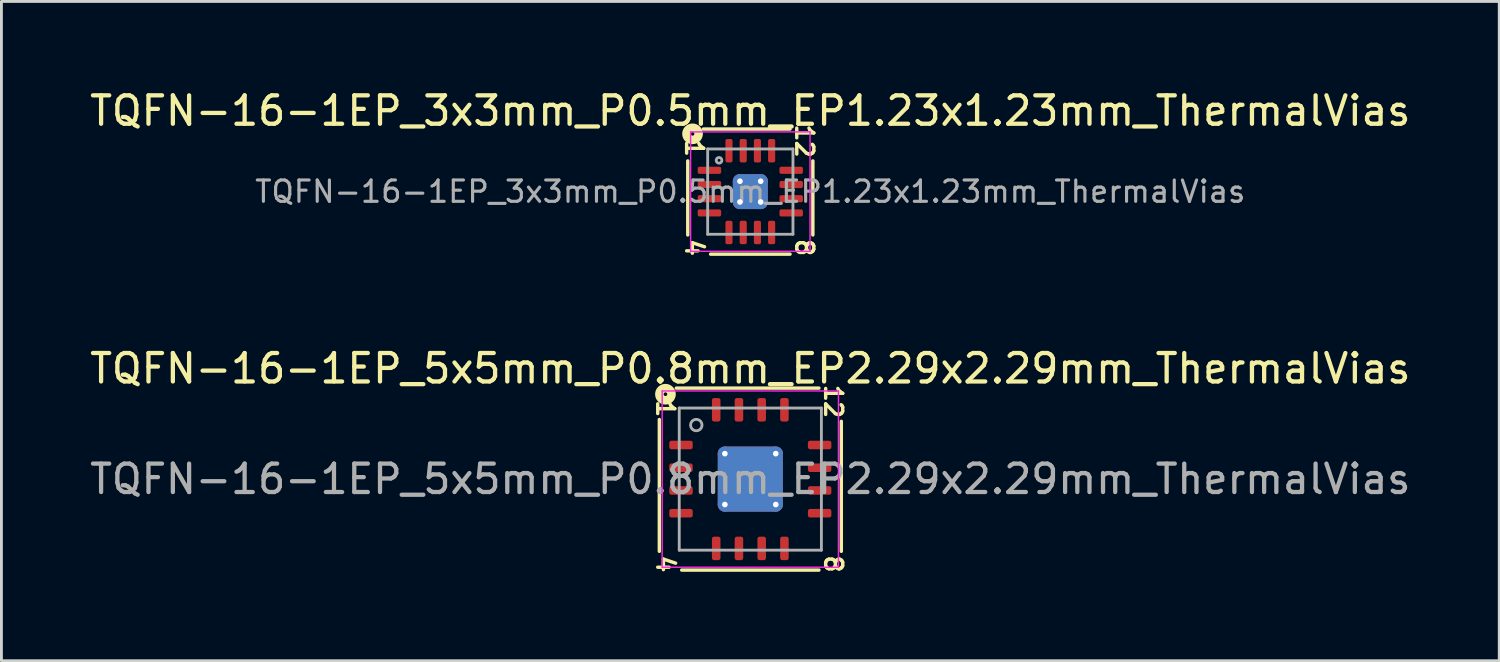
<source format=kicad_pcb>
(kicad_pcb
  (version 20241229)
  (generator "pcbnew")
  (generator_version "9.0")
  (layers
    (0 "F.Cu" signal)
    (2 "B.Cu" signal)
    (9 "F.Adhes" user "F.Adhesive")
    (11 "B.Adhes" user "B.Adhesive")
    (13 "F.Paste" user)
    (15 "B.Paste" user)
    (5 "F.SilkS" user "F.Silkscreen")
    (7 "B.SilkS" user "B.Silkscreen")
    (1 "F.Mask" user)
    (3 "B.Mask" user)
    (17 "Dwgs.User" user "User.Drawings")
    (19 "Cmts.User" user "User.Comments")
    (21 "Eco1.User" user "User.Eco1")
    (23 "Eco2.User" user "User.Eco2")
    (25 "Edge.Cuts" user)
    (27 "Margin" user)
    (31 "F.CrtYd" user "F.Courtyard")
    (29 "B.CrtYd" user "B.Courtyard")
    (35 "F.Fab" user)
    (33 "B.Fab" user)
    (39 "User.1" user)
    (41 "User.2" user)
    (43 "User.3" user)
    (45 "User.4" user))
  (footprint "TQFN-16-1EP_3x3mm_P0.5mm_EP1.23x1.23mm_ThermalVias"
    (layer "F.Cu")
    (at 23.339 3.689)
    (property "Reference" "TQFN-16-1EP_3x3mm_P0.5mm_EP1.23x1.23mm_ThermalVias" (at 0 -2.841 0) (layer "F.SilkS") (effects (font (size 1 1) (thickness 0.15))))
    (attr smd)
    (fp_line (start -2.2 -1.079) (end -2.2 1.524) (stroke (width 0.12) (type solid)) (layer "F.SilkS"))
    (fp_line (start -1.397 2.2) (end 1.397 2.2) (stroke (width 0.12) (type solid)) (layer "F.SilkS"))
    (fp_line (start 1.397 -2.2) (end -1.651 -2.2) (stroke (width 0.12) (type solid)) (layer "F.SilkS"))
    (fp_line (start 2.2 1.524) (end 2.2 -1.079) (stroke (width 0.12) (type solid)) (layer "F.SilkS"))
    (fp_circle (center -2.032 -2.032) (end -1.968 -2.032) (stroke (width 0.3) (type solid)) (fill no) (layer "F.SilkS"))
    (fp_line (start -2.1 -2.1) (end -2.1 2.1) (stroke (width 0.05) (type solid)) (layer "F.CrtYd"))
    (fp_line (start -2.1 2.1) (end 2.1 2.1) (stroke (width 0.05) (type solid)) (layer "F.CrtYd"))
    (fp_line (start 2.1 -2.1) (end -2.1 -2.1) (stroke (width 0.05) (type solid)) (layer "F.CrtYd"))
    (fp_line (start 2.1 2.1) (end 2.1 -2.1) (stroke (width 0.05) (type solid)) (layer "F.CrtYd"))
    (fp_line (start -1.5 -1.5) (end 1.5 -1.5) (stroke (width 0.1) (type solid)) (layer "F.Fab"))
    (fp_line (start -1.5 1.5) (end -1.5 -1.5) (stroke (width 0.1) (type solid)) (layer "F.Fab"))
    (fp_line (start 1.5 -1.5) (end 1.5 1.5) (stroke (width 0.1) (type solid)) (layer "F.Fab"))
    (fp_line (start 1.5 1.5) (end -1.5 1.5) (stroke (width 0.1) (type solid)) (layer "F.Fab"))
    (fp_circle (center -1.1 -1.1) (end -1 -1.1) (stroke (width 0.1) (type solid)) (fill no) (layer "F.Fab"))
    (fp_text user "4" (at -1.968 1.968 270) (unlocked yes) (layer "F.SilkS") (effects (font (size 0.6 0.6) (thickness 0.12))))
    (fp_text user "1" (at -1.968 -1.524 270) (unlocked yes) (layer "F.SilkS") (effects (font (size 0.6 0.6) (thickness 0.12))))
    (fp_text user "12" (at 1.905 -1.778 270) (unlocked yes) (layer "F.SilkS") (effects (font (size 0.6 0.6) (thickness 0.12))))
    (fp_text user "8" (at 1.905 1.968 270) (unlocked yes) (layer "F.SilkS") (effects (font (size 0.6 0.6) (thickness 0.12))))
    (fp_text user "${REFERENCE}" (at 0 0 0) (layer "F.Fab") (effects (font (size 0.75 0.75) (thickness 0.11))))
    (pad "" smd roundrect (at -0.31 -0.31) (size 0.53 0.53) (layers "F.Paste") (roundrect_rratio 0.25))
    (pad "" smd roundrect (at -0.31 0.31) (size 0.53 0.53) (layers "F.Paste") (roundrect_rratio 0.25))
    (pad "" smd roundrect (at 0.31 -0.31) (size 0.53 0.53) (layers "F.Paste") (roundrect_rratio 0.25))
    (pad "" smd roundrect (at 0.31 0.31) (size 0.53 0.53) (layers "F.Paste") (roundrect_rratio 0.25))
    (pad "1" smd roundrect (at -1.438 -0.75) (size 0.825 0.25) (layers "F.Cu" "F.Mask" "F.Paste") (roundrect_rratio 0.25))
    (pad "2" smd roundrect (at -1.438 -0.25) (size 0.825 0.25) (layers "F.Cu" "F.Mask" "F.Paste") (roundrect_rratio 0.25))
    (pad "3" smd roundrect (at -1.438 0.25) (size 0.825 0.25) (layers "F.Cu" "F.Mask" "F.Paste") (roundrect_rratio 0.25))
    (pad "4" smd roundrect (at -1.438 0.75) (size 0.825 0.25) (layers "F.Cu" "F.Mask" "F.Paste") (roundrect_rratio 0.25))
    (pad "5" smd roundrect (at -0.75 1.438) (size 0.25 0.825) (layers "F.Cu" "F.Mask" "F.Paste") (roundrect_rratio 0.25))
    (pad "6" smd roundrect (at -0.25 1.438) (size 0.25 0.825) (layers "F.Cu" "F.Mask" "F.Paste") (roundrect_rratio 0.25))
    (pad "7" smd roundrect (at 0.25 1.438) (size 0.25 0.825) (layers "F.Cu" "F.Mask" "F.Paste") (roundrect_rratio 0.25))
    (pad "8" smd roundrect (at 0.75 1.438) (size 0.25 0.825) (layers "F.Cu" "F.Mask" "F.Paste") (roundrect_rratio 0.25))
    (pad "9" smd roundrect (at 1.438 0.75) (size 0.825 0.25) (layers "F.Cu" "F.Mask" "F.Paste") (roundrect_rratio 0.25))
    (pad "10" smd roundrect (at 1.438 0.25) (size 0.825 0.25) (layers "F.Cu" "F.Mask" "F.Paste") (roundrect_rratio 0.25))
    (pad "11" smd roundrect (at 1.438 -0.25) (size 0.825 0.25) (layers "F.Cu" "F.Mask" "F.Paste") (roundrect_rratio 0.25))
    (pad "12" smd roundrect (at 1.438 -0.75) (size 0.825 0.25) (layers "F.Cu" "F.Mask" "F.Paste") (roundrect_rratio 0.25))
    (pad "13" smd roundrect (at 0.75 -1.438) (size 0.25 0.825) (layers "F.Cu" "F.Mask" "F.Paste") (roundrect_rratio 0.25))
    (pad "14" smd roundrect (at 0.25 -1.438) (size 0.25 0.825) (layers "F.Cu" "F.Mask" "F.Paste") (roundrect_rratio 0.25))
    (pad "15" smd roundrect (at -0.25 -1.438) (size 0.25 0.825) (layers "F.Cu" "F.Mask" "F.Paste") (roundrect_rratio 0.25))
    (pad "16" smd roundrect (at -0.75 -1.438) (size 0.25 0.825) (layers "F.Cu" "F.Mask" "F.Paste") (roundrect_rratio 0.25))
    (pad "17" thru_hole circle (at -0.365 -0.365) (size 0.5 0.5) (drill 0.2) (property pad_prop_heatsink) (layers "*.Cu"))
    (pad "17" thru_hole circle (at -0.365 0.365) (size 0.5 0.5) (drill 0.2) (property pad_prop_heatsink) (layers "*.Cu"))
    (pad "17" smd roundrect (at 0 0) (size 1.23 1.23) (layers "F.Cu" "F.Mask") (roundrect_rratio 0.203))
    (pad "17" smd roundrect (at 0 0) (size 1.23 1.23) (layers "B.Cu" "B.Mask") (roundrect_rratio 0.203))
    (pad "17" thru_hole circle (at 0.365 -0.365) (size 0.5 0.5) (drill 0.2) (property pad_prop_heatsink) (layers "*.Cu"))
    (pad "17" thru_hole circle (at 0.365 0.365) (size 0.5 0.5) (drill 0.2) (property pad_prop_heatsink) (layers "*.Cu")))
  (footprint "TQFN-16-1EP_5x5mm_P0.8mm_EP2.29x2.29mm_ThermalVias"
    (layer "F.Cu")
    (at 23.339 13.8)
    (property "Reference" "TQFN-16-1EP_5x5mm_P0.8mm_EP2.29x2.29mm_ThermalVias" (at 0 -3.889 0) (layer "F.SilkS") (effects (font (size 1 1) (thickness 0.15))))
    (attr smd)
    (fp_line (start -3.2 -2.095) (end -3.2 2.54) (stroke (width 0.12) (type solid)) (layer "F.SilkS"))
    (fp_line (start -2.413 3.2) (end 2.413 3.2) (stroke (width 0.12) (type solid)) (layer "F.SilkS"))
    (fp_line (start 2.413 -3.2) (end -2.603 -3.2) (stroke (width 0.12) (type solid)) (layer "F.SilkS"))
    (fp_line (start 3.2 2.54) (end 3.2 -2.032) (stroke (width 0.12) (type solid)) (layer "F.SilkS"))
    (fp_circle (center -2.985 -2.985) (end -2.921 -2.985) (stroke (width 0.3) (type solid)) (fill no) (layer "F.SilkS"))
    (fp_line (start -3.1 -3.1) (end -3.1 3.1) (stroke (width 0.05) (type solid)) (layer "F.CrtYd"))
    (fp_line (start -3.1 3.1) (end 3.1 3.1) (stroke (width 0.05) (type solid)) (layer "F.CrtYd"))
    (fp_line (start 3.1 -3.1) (end -3.1 -3.1) (stroke (width 0.05) (type solid)) (layer "F.CrtYd"))
    (fp_line (start 3.1 3.1) (end 3.1 -3.1) (stroke (width 0.05) (type solid)) (layer "F.CrtYd"))
    (fp_line (start -2.5 -2.5) (end 2.5 -2.5) (stroke (width 0.1) (type solid)) (layer "F.Fab"))
    (fp_line (start -2.5 2.5) (end -2.5 -2.5) (stroke (width 0.1) (type solid)) (layer "F.Fab"))
    (fp_line (start 2.5 -2.5) (end 2.5 2.5) (stroke (width 0.1) (type solid)) (layer "F.Fab"))
    (fp_line (start 2.5 2.5) (end -2.5 2.5) (stroke (width 0.1) (type solid)) (layer "F.Fab"))
    (fp_circle (center -1.9 -1.9) (end -1.7 -1.9) (stroke (width 0.1) (type solid)) (fill no) (layer "F.Fab"))
    (fp_text user "1" (at -2.985 -2.477 270) (unlocked yes) (layer "F.SilkS") (effects (font (size 0.6 0.6) (thickness 0.12))))
    (fp_text user "4" (at -2.985 2.985 270) (unlocked yes) (layer "F.SilkS") (effects (font (size 0.6 0.6) (thickness 0.12))))
    (fp_text user "12" (at 2.921 -2.731 270) (unlocked yes) (layer "F.SilkS") (effects (font (size 0.6 0.6) (thickness 0.12))))
    (fp_text user "8" (at 2.921 2.985 270) (unlocked yes) (layer "F.SilkS") (effects (font (size 0.6 0.6) (thickness 0.12))))
    (fp_text user "${REFERENCE}" (at 0 0 0) (layer "F.Fab") (effects (font (size 1 1) (thickness 0.15))))
    (pad "" smd roundrect (at -0.57 -0.57) (size 0.99 0.99) (layers "F.Paste") (roundrect_rratio 0.25))
    (pad "" smd roundrect (at -0.57 0.57) (size 0.99 0.99) (layers "F.Paste") (roundrect_rratio 0.25))
    (pad "" smd roundrect (at 0.57 -0.57) (size 0.99 0.99) (layers "F.Paste") (roundrect_rratio 0.25))
    (pad "" smd roundrect (at 0.57 0.57) (size 0.99 0.99) (layers "F.Paste") (roundrect_rratio 0.25))
    (pad "1" smd roundrect (at -2.438 -1.2) (size 0.825 0.3) (layers "F.Cu" "F.Mask" "F.Paste") (roundrect_rratio 0.25))
    (pad "2" smd roundrect (at -2.438 -0.4) (size 0.825 0.3) (layers "F.Cu" "F.Mask" "F.Paste") (roundrect_rratio 0.25))
    (pad "3" smd roundrect (at -2.438 0.4) (size 0.825 0.3) (layers "F.Cu" "F.Mask" "F.Paste") (roundrect_rratio 0.25))
    (pad "4" smd roundrect (at -2.438 1.2) (size 0.825 0.3) (layers "F.Cu" "F.Mask" "F.Paste") (roundrect_rratio 0.25))
    (pad "5" smd roundrect (at -1.2 2.438) (size 0.3 0.825) (layers "F.Cu" "F.Mask" "F.Paste") (roundrect_rratio 0.25))
    (pad "6" smd roundrect (at -0.4 2.438) (size 0.3 0.825) (layers "F.Cu" "F.Mask" "F.Paste") (roundrect_rratio 0.25))
    (pad "7" smd roundrect (at 0.4 2.438) (size 0.3 0.825) (layers "F.Cu" "F.Mask" "F.Paste") (roundrect_rratio 0.25))
    (pad "8" smd roundrect (at 1.2 2.438) (size 0.3 0.825) (layers "F.Cu" "F.Mask" "F.Paste") (roundrect_rratio 0.25))
    (pad "9" smd roundrect (at 2.438 1.2) (size 0.825 0.3) (layers "F.Cu" "F.Mask" "F.Paste") (roundrect_rratio 0.25))
    (pad "10" smd roundrect (at 2.438 0.4) (size 0.825 0.3) (layers "F.Cu" "F.Mask" "F.Paste") (roundrect_rratio 0.25))
    (pad "11" smd roundrect (at 2.438 -0.4) (size 0.825 0.3) (layers "F.Cu" "F.Mask" "F.Paste") (roundrect_rratio 0.25))
    (pad "12" smd roundrect (at 2.438 -1.2) (size 0.825 0.3) (layers "F.Cu" "F.Mask" "F.Paste") (roundrect_rratio 0.25))
    (pad "13" smd roundrect (at 1.2 -2.438) (size 0.3 0.825) (layers "F.Cu" "F.Mask" "F.Paste") (roundrect_rratio 0.25))
    (pad "14" smd roundrect (at 0.4 -2.438) (size 0.3 0.825) (layers "F.Cu" "F.Mask" "F.Paste") (roundrect_rratio 0.25))
    (pad "15" smd roundrect (at -0.4 -2.438) (size 0.3 0.825) (layers "F.Cu" "F.Mask" "F.Paste") (roundrect_rratio 0.25))
    (pad "16" smd roundrect (at -1.2 -2.438) (size 0.3 0.825) (layers "F.Cu" "F.Mask" "F.Paste") (roundrect_rratio 0.25))
    (pad "17" thru_hole circle (at -0.895 -0.895) (size 0.5 0.5) (drill 0.2) (property pad_prop_heatsink) (layers "*.Cu"))
    (pad "17" thru_hole circle (at -0.895 0.895) (size 0.5 0.5) (drill 0.2) (property pad_prop_heatsink) (layers "*.Cu"))
    (pad "17" smd roundrect (at 0 0) (size 2.29 2.29) (layers "F.Cu" "F.Mask") (roundrect_rratio 0.109))
    (pad "17" smd roundrect (at 0 0) (size 2.29 2.29) (layers "B.Cu" "B.Mask") (roundrect_rratio 0.109))
    (pad "17" thru_hole circle (at 0.895 -0.895) (size 0.5 0.5) (drill 0.2) (property pad_prop_heatsink) (layers "*.Cu"))
    (pad "17" thru_hole circle (at 0.895 0.895) (size 0.5 0.5) (drill 0.2) (property pad_prop_heatsink) (layers "*.Cu")))
  (gr_rect
    (start -3 -3)
    (end 49.679 20.19)
    (stroke (width 0.1) (type default))
    (fill no)
    (layer "Edge.Cuts")))
</source>
